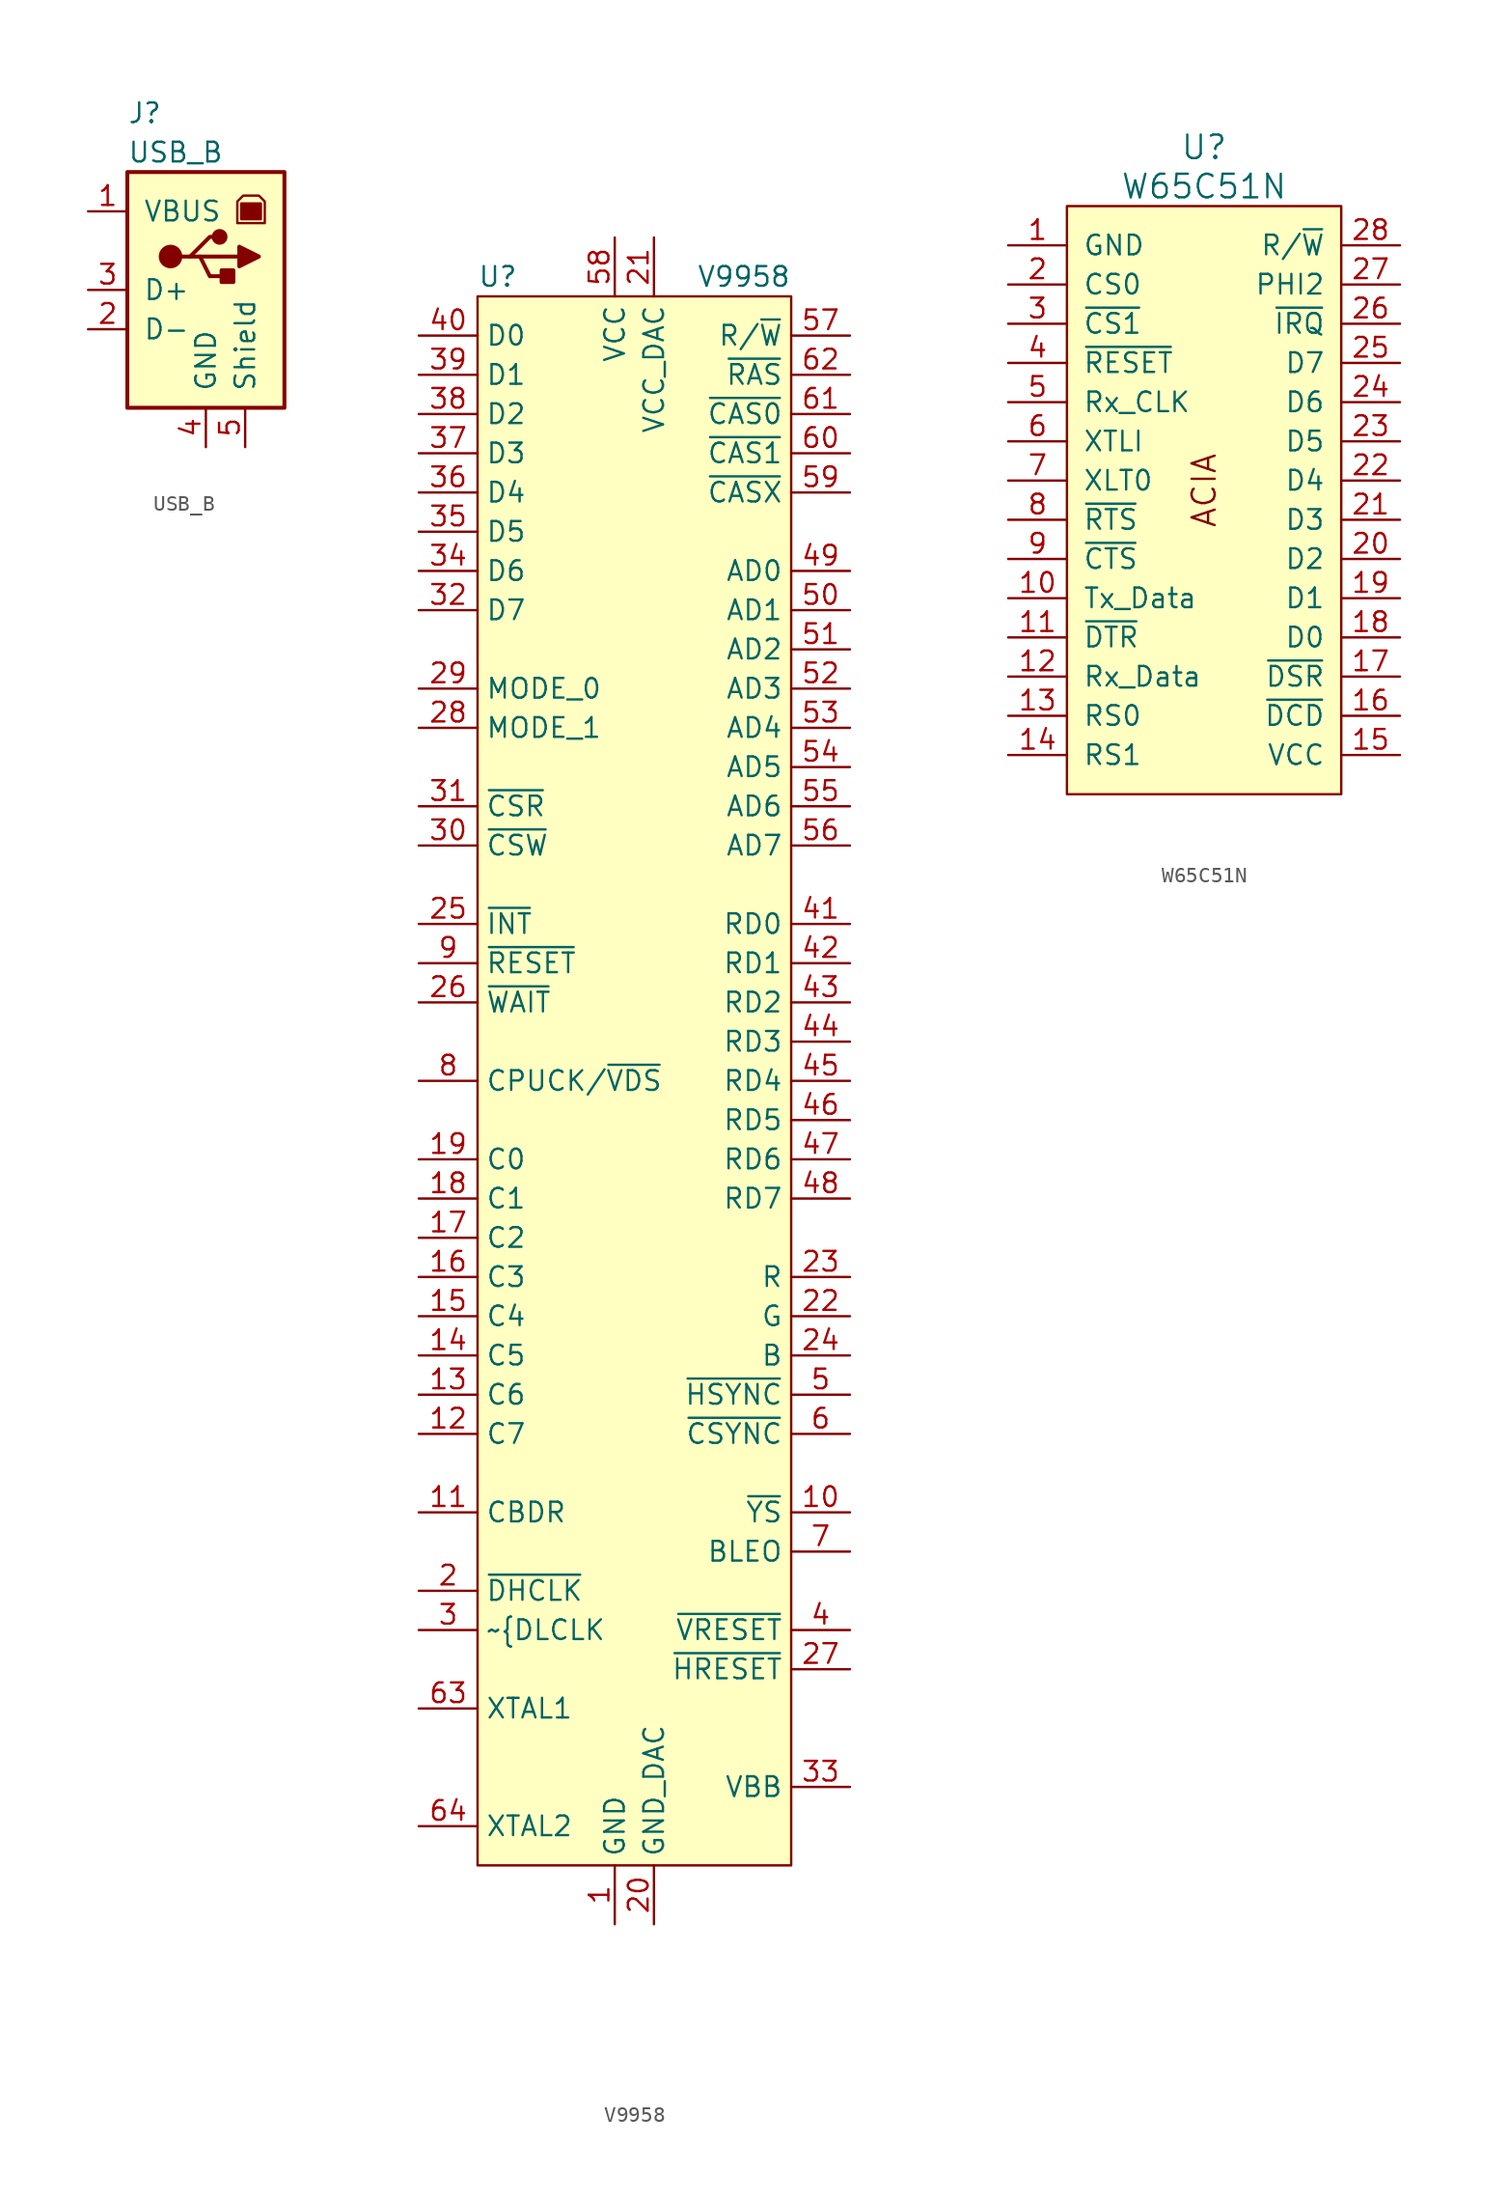
<source format=kicad_sym>
(kicad_symbol_lib
  (version 20220914)
  (generator kicad_symbol_editor)
  (symbol "USB_B"
    (pin_names
      (offset 1.016))
    (property "Reference" "J"
      (at -5.08 11.43 0)
      (effects (font (size 1.27 1.27)) (justify left)))
    (property "Value" "USB_B"
      (at -5.08 8.89 0)
      (effects (font (size 1.27 1.27)) (justify left)))
    (symbol "USB_B_0_1"
      (rectangle (start -5.08 -7.62) (end 5.08 7.62) (stroke (width 0.254) (type default)) (fill (type background)))
      (circle (center -2.286 2.159) (radius 0.635) (stroke (width 0.254) (type default)) (fill (type outline)))
      (polyline (pts (xy -0.381 2.159) (xy 2.159 2.159)) (stroke (width 0.254) (type default)) (fill (type none)))
      (polyline (pts (xy -1.651 2.159) (xy -1.016 2.159) (xy 0.254 3.429) (xy 0.889 3.429)) (stroke (width 0.254) (type default)) (fill (type none)))
      (polyline (pts (xy -1.016 2.159) (xy -0.381 2.159) (xy 0.254 0.889) (xy 1.524 0.889)) (stroke (width 0.254) (type default)) (fill (type none)))
      (polyline (pts (xy 2.159 2.794) (xy 2.159 1.524) (xy 3.429 2.159) (xy 2.159 2.794)) (stroke (width 0.254) (type default)) (fill (type outline)))
      (polyline (pts (xy 2.032 4.318) (xy 3.81 4.318) (xy 3.81 5.715) (xy 3.429 6.096) (xy 2.413 6.096) (xy 2.032 5.715) (xy 2.032 4.318)) (stroke (width 0) (type default)) (fill (type none)))
      (circle (center 0.889 3.429) (radius 0.381) (stroke (width 0.254) (type default)) (fill (type outline)))
      (rectangle (start 1.778 1.27) (end 1.016 0.508) (stroke (width 0.254) (type default)) (fill (type outline)))
      (rectangle (start 2.286 5.588) (end 3.556 4.572) (stroke (width 0) (type default)) (fill (type outline))))
    (symbol "USB_B_1_1"
      (pin power_out line (at -7.62 5.08 0) (length 2.54) (name "VBUS" (effects (font (size 1.27 1.27)))) (number "1" (effects (font (size 1.27 1.27)))))
      (pin bidirectional line (at -7.62 -2.54 0) (length 2.54) (name "D-" (effects (font (size 1.27 1.27)))) (number "2" (effects (font (size 1.27 1.27)))))
      (pin bidirectional line (at -7.62 0 0) (length 2.54) (name "D+" (effects (font (size 1.27 1.27)))) (number "3" (effects (font (size 1.27 1.27)))))
      (pin power_in line (at 0 -10.16 90) (length 2.54) (name "GND" (effects (font (size 1.27 1.27)))) (number "4" (effects (font (size 1.27 1.27)))))
      (pin passive line (at 2.54 -10.16 90) (length 2.54) (name "Shield" (effects (font (size 1.27 1.27)))) (number "5" (effects (font (size 1.27 1.27)))))))
  (symbol "V9958"
    (property "Reference" "U"
      (at -10.16 0 0)
      (effects (font (size 1.27 1.27)) (justify left)))
    (property "Value" "V9958"
      (at 10.16 0 0)
      (effects (font (size 1.27 1.27)) (justify right)))
    (symbol "V9958_0_1"
      (rectangle (start -10.16 -1.27) (end 10.16 -102.87) (stroke (width 0.152) (type default)) (fill (type background))))
    (symbol "V9958_1_1"
      (pin power_in line (at -1.27 -106.68 90) (length 3.81) (name "GND" (effects (font (size 1.27 1.27)))) (number "1" (effects (font (size 1.27 1.27)))))
      (pin output line (at 13.97 -80.01 180) (length 3.81) (name "~{YS}" (effects (font (size 1.27 1.27)))) (number "10" (effects (font (size 1.27 1.27)))))
      (pin output line (at -13.97 -80.01 0) (length 3.81) (name "CBDR" (effects (font (size 1.27 1.27)))) (number "11" (effects (font (size 1.27 1.27)))))
      (pin bidirectional line (at -13.97 -74.93 0) (length 3.81) (name "C7" (effects (font (size 1.27 1.27)))) (number "12" (effects (font (size 1.27 1.27)))))
      (pin bidirectional line (at -13.97 -72.39 0) (length 3.81) (name "C6" (effects (font (size 1.27 1.27)))) (number "13" (effects (font (size 1.27 1.27)))))
      (pin bidirectional line (at -13.97 -69.85 0) (length 3.81) (name "C5" (effects (font (size 1.27 1.27)))) (number "14" (effects (font (size 1.27 1.27)))))
      (pin bidirectional line (at -13.97 -67.31 0) (length 3.81) (name "C4" (effects (font (size 1.27 1.27)))) (number "15" (effects (font (size 1.27 1.27)))))
      (pin bidirectional line (at -13.97 -64.77 0) (length 3.81) (name "C3" (effects (font (size 1.27 1.27)))) (number "16" (effects (font (size 1.27 1.27)))))
      (pin bidirectional line (at -13.97 -62.23 0) (length 3.81) (name "C2" (effects (font (size 1.27 1.27)))) (number "17" (effects (font (size 1.27 1.27)))))
      (pin bidirectional line (at -13.97 -59.69 0) (length 3.81) (name "C1" (effects (font (size 1.27 1.27)))) (number "18" (effects (font (size 1.27 1.27)))))
      (pin bidirectional line (at -13.97 -57.15 0) (length 3.81) (name "C0" (effects (font (size 1.27 1.27)))) (number "19" (effects (font (size 1.27 1.27)))))
      (pin open_collector line (at -13.97 -85.09 0) (length 3.81) (name "~{DHCLK}" (effects (font (size 1.27 1.27)))) (number "2" (effects (font (size 1.27 1.27)))))
      (pin power_in line (at 1.27 -106.68 90) (length 3.81) (name "GND_DAC" (effects (font (size 1.27 1.27)))) (number "20" (effects (font (size 1.27 1.27)))))
      (pin power_in line (at 1.27 2.54 270) (length 3.81) (name "VCC_DAC" (effects (font (size 1.27 1.27)))) (number "21" (effects (font (size 1.27 1.27)))))
      (pin output line (at 13.97 -67.31 180) (length 3.81) (name "G" (effects (font (size 1.27 1.27)))) (number "22" (effects (font (size 1.27 1.27)))))
      (pin output line (at 13.97 -64.77 180) (length 3.81) (name "R" (effects (font (size 1.27 1.27)))) (number "23" (effects (font (size 1.27 1.27)))))
      (pin output line (at 13.97 -69.85 180) (length 3.81) (name "B" (effects (font (size 1.27 1.27)))) (number "24" (effects (font (size 1.27 1.27)))))
      (pin output line (at -13.97 -41.91 0) (length 3.81) (name "~{INT}" (effects (font (size 1.27 1.27)))) (number "25" (effects (font (size 1.27 1.27)))))
      (pin output line (at -13.97 -46.99 0) (length 3.81) (name "~{WAIT}" (effects (font (size 1.27 1.27)))) (number "26" (effects (font (size 1.27 1.27)))))
      (pin input line (at 13.97 -90.17 180) (length 3.81) (name "~{HRESET}" (effects (font (size 1.27 1.27)))) (number "27" (effects (font (size 1.27 1.27)))))
      (pin input line (at -13.97 -29.21 0) (length 3.81) (name "MODE_1" (effects (font (size 1.27 1.27)))) (number "28" (effects (font (size 1.27 1.27)))))
      (pin input line (at -13.97 -26.67 0) (length 3.81) (name "MODE_0" (effects (font (size 1.27 1.27)))) (number "29" (effects (font (size 1.27 1.27)))))
      (pin open_collector line (at -13.97 -87.63 0) (length 3.81) (name "~{DLCLK" (effects (font (size 1.27 1.27)))) (number "3" (effects (font (size 1.27 1.27)))))
      (pin input line (at -13.97 -36.83 0) (length 3.81) (name "~{CSW}" (effects (font (size 1.27 1.27)))) (number "30" (effects (font (size 1.27 1.27)))))
      (pin input line (at -13.97 -34.29 0) (length 3.81) (name "~{CSR}" (effects (font (size 1.27 1.27)))) (number "31" (effects (font (size 1.27 1.27)))))
      (pin bidirectional line (at -13.97 -21.59 0) (length 3.81) (name "D7" (effects (font (size 1.27 1.27)))) (number "32" (effects (font (size 1.27 1.27)))))
      (pin output line (at 13.97 -97.79 180) (length 3.81) (name "VBB" (effects (font (size 1.27 1.27)))) (number "33" (effects (font (size 1.27 1.27)))))
      (pin bidirectional line (at -13.97 -19.05 0) (length 3.81) (name "D6" (effects (font (size 1.27 1.27)))) (number "34" (effects (font (size 1.27 1.27)))))
      (pin bidirectional line (at -13.97 -16.51 0) (length 3.81) (name "D5" (effects (font (size 1.27 1.27)))) (number "35" (effects (font (size 1.27 1.27)))))
      (pin bidirectional line (at -13.97 -13.97 0) (length 3.81) (name "D4" (effects (font (size 1.27 1.27)))) (number "36" (effects (font (size 1.27 1.27)))))
      (pin bidirectional line (at -13.97 -11.43 0) (length 3.81) (name "D3" (effects (font (size 1.27 1.27)))) (number "37" (effects (font (size 1.27 1.27)))))
      (pin bidirectional line (at -13.97 -8.89 0) (length 3.81) (name "D2" (effects (font (size 1.27 1.27)))) (number "38" (effects (font (size 1.27 1.27)))))
      (pin bidirectional line (at -13.97 -6.35 0) (length 3.81) (name "D1" (effects (font (size 1.27 1.27)))) (number "39" (effects (font (size 1.27 1.27)))))
      (pin input line (at 13.97 -87.63 180) (length 3.81) (name "~{VRESET}" (effects (font (size 1.27 1.27)))) (number "4" (effects (font (size 1.27 1.27)))))
      (pin bidirectional line (at -13.97 -3.81 0) (length 3.81) (name "D0" (effects (font (size 1.27 1.27)))) (number "40" (effects (font (size 1.27 1.27)))))
      (pin bidirectional line (at 13.97 -41.91 180) (length 3.81) (name "RD0" (effects (font (size 1.27 1.27)))) (number "41" (effects (font (size 1.27 1.27)))))
      (pin bidirectional line (at 13.97 -44.45 180) (length 3.81) (name "RD1" (effects (font (size 1.27 1.27)))) (number "42" (effects (font (size 1.27 1.27)))))
      (pin bidirectional line (at 13.97 -46.99 180) (length 3.81) (name "RD2" (effects (font (size 1.27 1.27)))) (number "43" (effects (font (size 1.27 1.27)))))
      (pin bidirectional line (at 13.97 -49.53 180) (length 3.81) (name "RD3" (effects (font (size 1.27 1.27)))) (number "44" (effects (font (size 1.27 1.27)))))
      (pin bidirectional line (at 13.97 -52.07 180) (length 3.81) (name "RD4" (effects (font (size 1.27 1.27)))) (number "45" (effects (font (size 1.27 1.27)))))
      (pin bidirectional line (at 13.97 -54.61 180) (length 3.81) (name "RD5" (effects (font (size 1.27 1.27)))) (number "46" (effects (font (size 1.27 1.27)))))
      (pin bidirectional line (at 13.97 -57.15 180) (length 3.81) (name "RD6" (effects (font (size 1.27 1.27)))) (number "47" (effects (font (size 1.27 1.27)))))
      (pin bidirectional line (at 13.97 -59.69 180) (length 3.81) (name "RD7" (effects (font (size 1.27 1.27)))) (number "48" (effects (font (size 1.27 1.27)))))
      (pin output line (at 13.97 -19.05 180) (length 3.81) (name "AD0" (effects (font (size 1.27 1.27)))) (number "49" (effects (font (size 1.27 1.27)))))
      (pin output line (at 13.97 -72.39 180) (length 3.81) (name "~{HSYNC}" (effects (font (size 1.27 1.27)))) (number "5" (effects (font (size 1.27 1.27)))))
      (pin output line (at 13.97 -21.59 180) (length 3.81) (name "AD1" (effects (font (size 1.27 1.27)))) (number "50" (effects (font (size 1.27 1.27)))))
      (pin output line (at 13.97 -24.13 180) (length 3.81) (name "AD2" (effects (font (size 1.27 1.27)))) (number "51" (effects (font (size 1.27 1.27)))))
      (pin output line (at 13.97 -26.67 180) (length 3.81) (name "AD3" (effects (font (size 1.27 1.27)))) (number "52" (effects (font (size 1.27 1.27)))))
      (pin output line (at 13.97 -29.21 180) (length 3.81) (name "AD4" (effects (font (size 1.27 1.27)))) (number "53" (effects (font (size 1.27 1.27)))))
      (pin output line (at 13.97 -31.75 180) (length 3.81) (name "AD5" (effects (font (size 1.27 1.27)))) (number "54" (effects (font (size 1.27 1.27)))))
      (pin output line (at 13.97 -34.29 180) (length 3.81) (name "AD6" (effects (font (size 1.27 1.27)))) (number "55" (effects (font (size 1.27 1.27)))))
      (pin output line (at 13.97 -36.83 180) (length 3.81) (name "AD7" (effects (font (size 1.27 1.27)))) (number "56" (effects (font (size 1.27 1.27)))))
      (pin output line (at 13.97 -3.81 180) (length 3.81) (name "R/~{W}" (effects (font (size 1.27 1.27)))) (number "57" (effects (font (size 1.27 1.27)))))
      (pin power_in line (at -1.27 2.54 270) (length 3.81) (name "VCC" (effects (font (size 1.27 1.27)))) (number "58" (effects (font (size 1.27 1.27)))))
      (pin output line (at 13.97 -13.97 180) (length 3.81) (name "~{CASX}" (effects (font (size 1.27 1.27)))) (number "59" (effects (font (size 1.27 1.27)))))
      (pin output line (at 13.97 -74.93 180) (length 3.81) (name "~{CSYNC}" (effects (font (size 1.27 1.27)))) (number "6" (effects (font (size 1.27 1.27)))))
      (pin output line (at 13.97 -11.43 180) (length 3.81) (name "~{CAS1}" (effects (font (size 1.27 1.27)))) (number "60" (effects (font (size 1.27 1.27)))))
      (pin output line (at 13.97 -8.89 180) (length 3.81) (name "~{CAS0}" (effects (font (size 1.27 1.27)))) (number "61" (effects (font (size 1.27 1.27)))))
      (pin output line (at 13.97 -6.35 180) (length 3.81) (name "~{RAS}" (effects (font (size 1.27 1.27)))) (number "62" (effects (font (size 1.27 1.27)))))
      (pin input line (at -13.97 -92.71 0) (length 3.81) (name "XTAL1" (effects (font (size 1.27 1.27)))) (number "63" (effects (font (size 1.27 1.27)))))
      (pin input line (at -13.97 -100.33 0) (length 3.81) (name "XTAL2" (effects (font (size 1.27 1.27)))) (number "64" (effects (font (size 1.27 1.27)))))
      (pin open_collector line (at 13.97 -82.55 180) (length 3.81) (name "BLEO" (effects (font (size 1.27 1.27)))) (number "7" (effects (font (size 1.27 1.27)))))
      (pin output line (at -13.97 -52.07 0) (length 3.81) (name "CPUCK/~{VDS}" (effects (font (size 1.27 1.27)))) (number "8" (effects (font (size 1.27 1.27)))))
      (pin input line (at -13.97 -44.45 0) (length 3.81) (name "~{RESET}" (effects (font (size 1.27 1.27)))) (number "9" (effects (font (size 1.27 1.27)))))))
  (symbol "W65C51N"
    (pin_names
      (offset 1.016))
    (property "Reference" "U"
      (at 0 21.59 0)
      (effects (font (size 1.524 1.524))))
    (property "Value" "W65C51N"
      (at 0 19.05 0)
      (effects (font (size 1.524 1.524))))
    (property "Footprint" ""
      (at 0 -5.08 0)
      (effects (font (size 1.524 1.524))))
    (property "Datasheet" ""
      (at 0 -5.08 0)
      (effects (font (size 1.524 1.524))))
    (symbol "W65C51N_0_0"
      (text "ACIA" (at 0 -0.635 900) (effects (font (size 1.499 1.499)))))
    (symbol "W65C51N_0_1"
      (rectangle (start -8.89 17.78) (end 8.89 -20.32) (stroke (width 0) (type solid)) (fill (type background))))
    (symbol "W65C51N_1_1"
      (pin power_in line (at -12.7 15.24 0) (length 3.81) (name "GND" (effects (font (size 1.27 1.27)))) (number "1" (effects (font (size 1.27 1.27)))))
      (pin output line (at -12.7 -7.62 0) (length 3.81) (name "Tx_Data" (effects (font (size 1.27 1.27)))) (number "10" (effects (font (size 1.27 1.27)))))
      (pin output line (at -12.7 -10.16 0) (length 3.81) (name "~{DTR}" (effects (font (size 1.27 1.27)))) (number "11" (effects (font (size 1.27 1.27)))))
      (pin input line (at -12.7 -12.7 0) (length 3.81) (name "Rx_Data" (effects (font (size 1.27 1.27)))) (number "12" (effects (font (size 1.27 1.27)))))
      (pin input line (at -12.7 -15.24 0) (length 3.81) (name "RS0" (effects (font (size 1.27 1.27)))) (number "13" (effects (font (size 1.27 1.27)))))
      (pin input line (at -12.7 -17.78 0) (length 3.81) (name "RS1" (effects (font (size 1.27 1.27)))) (number "14" (effects (font (size 1.27 1.27)))))
      (pin power_in line (at 12.7 -17.78 180) (length 3.81) (name "VCC" (effects (font (size 1.27 1.27)))) (number "15" (effects (font (size 1.27 1.27)))))
      (pin input line (at 12.7 -15.24 180) (length 3.81) (name "~{DCD}" (effects (font (size 1.27 1.27)))) (number "16" (effects (font (size 1.27 1.27)))))
      (pin input line (at 12.7 -12.7 180) (length 3.81) (name "~{DSR}" (effects (font (size 1.27 1.27)))) (number "17" (effects (font (size 1.27 1.27)))))
      (pin bidirectional line (at 12.7 -10.16 180) (length 3.81) (name "D0" (effects (font (size 1.27 1.27)))) (number "18" (effects (font (size 1.27 1.27)))))
      (pin bidirectional line (at 12.7 -7.62 180) (length 3.81) (name "D1" (effects (font (size 1.27 1.27)))) (number "19" (effects (font (size 1.27 1.27)))))
      (pin input line (at -12.7 12.7 0) (length 3.81) (name "CS0" (effects (font (size 1.27 1.27)))) (number "2" (effects (font (size 1.27 1.27)))))
      (pin bidirectional line (at 12.7 -5.08 180) (length 3.81) (name "D2" (effects (font (size 1.27 1.27)))) (number "20" (effects (font (size 1.27 1.27)))))
      (pin bidirectional line (at 12.7 -2.54 180) (length 3.81) (name "D3" (effects (font (size 1.27 1.27)))) (number "21" (effects (font (size 1.27 1.27)))))
      (pin bidirectional line (at 12.7 0 180) (length 3.81) (name "D4" (effects (font (size 1.27 1.27)))) (number "22" (effects (font (size 1.27 1.27)))))
      (pin bidirectional line (at 12.7 2.54 180) (length 3.81) (name "D5" (effects (font (size 1.27 1.27)))) (number "23" (effects (font (size 1.27 1.27)))))
      (pin bidirectional line (at 12.7 5.08 180) (length 3.81) (name "D6" (effects (font (size 1.27 1.27)))) (number "24" (effects (font (size 1.27 1.27)))))
      (pin bidirectional line (at 12.7 7.62 180) (length 3.81) (name "D7" (effects (font (size 1.27 1.27)))) (number "25" (effects (font (size 1.27 1.27)))))
      (pin output line (at 12.7 10.16 180) (length 3.81) (name "~{IRQ}" (effects (font (size 1.27 1.27)))) (number "26" (effects (font (size 1.27 1.27)))))
      (pin input line (at 12.7 12.7 180) (length 3.81) (name "PHI2" (effects (font (size 1.27 1.27)))) (number "27" (effects (font (size 1.27 1.27)))))
      (pin input line (at 12.7 15.24 180) (length 3.81) (name "R/~{W}" (effects (font (size 1.27 1.27)))) (number "28" (effects (font (size 1.27 1.27)))))
      (pin input line (at -12.7 10.16 0) (length 3.81) (name "~{CS1}" (effects (font (size 1.27 1.27)))) (number "3" (effects (font (size 1.27 1.27)))))
      (pin input line (at -12.7 7.62 0) (length 3.81) (name "~{RESET}" (effects (font (size 1.27 1.27)))) (number "4" (effects (font (size 1.27 1.27)))))
      (pin bidirectional line (at -12.7 5.08 0) (length 3.81) (name "Rx_CLK" (effects (font (size 1.27 1.27)))) (number "5" (effects (font (size 1.27 1.27)))))
      (pin input line (at -12.7 2.54 0) (length 3.81) (name "XTLI" (effects (font (size 1.27 1.27)))) (number "6" (effects (font (size 1.27 1.27)))))
      (pin input line (at -12.7 0 0) (length 3.81) (name "XLT0" (effects (font (size 1.27 1.27)))) (number "7" (effects (font (size 1.27 1.27)))))
      (pin output line (at -12.7 -2.54 0) (length 3.81) (name "~{RTS}" (effects (font (size 1.27 1.27)))) (number "8" (effects (font (size 1.27 1.27)))))
      (pin input line (at -12.7 -5.08 0) (length 3.81) (name "~{CTS}" (effects (font (size 1.27 1.27)))) (number "9" (effects (font (size 1.27 1.27))))))))
</source>
